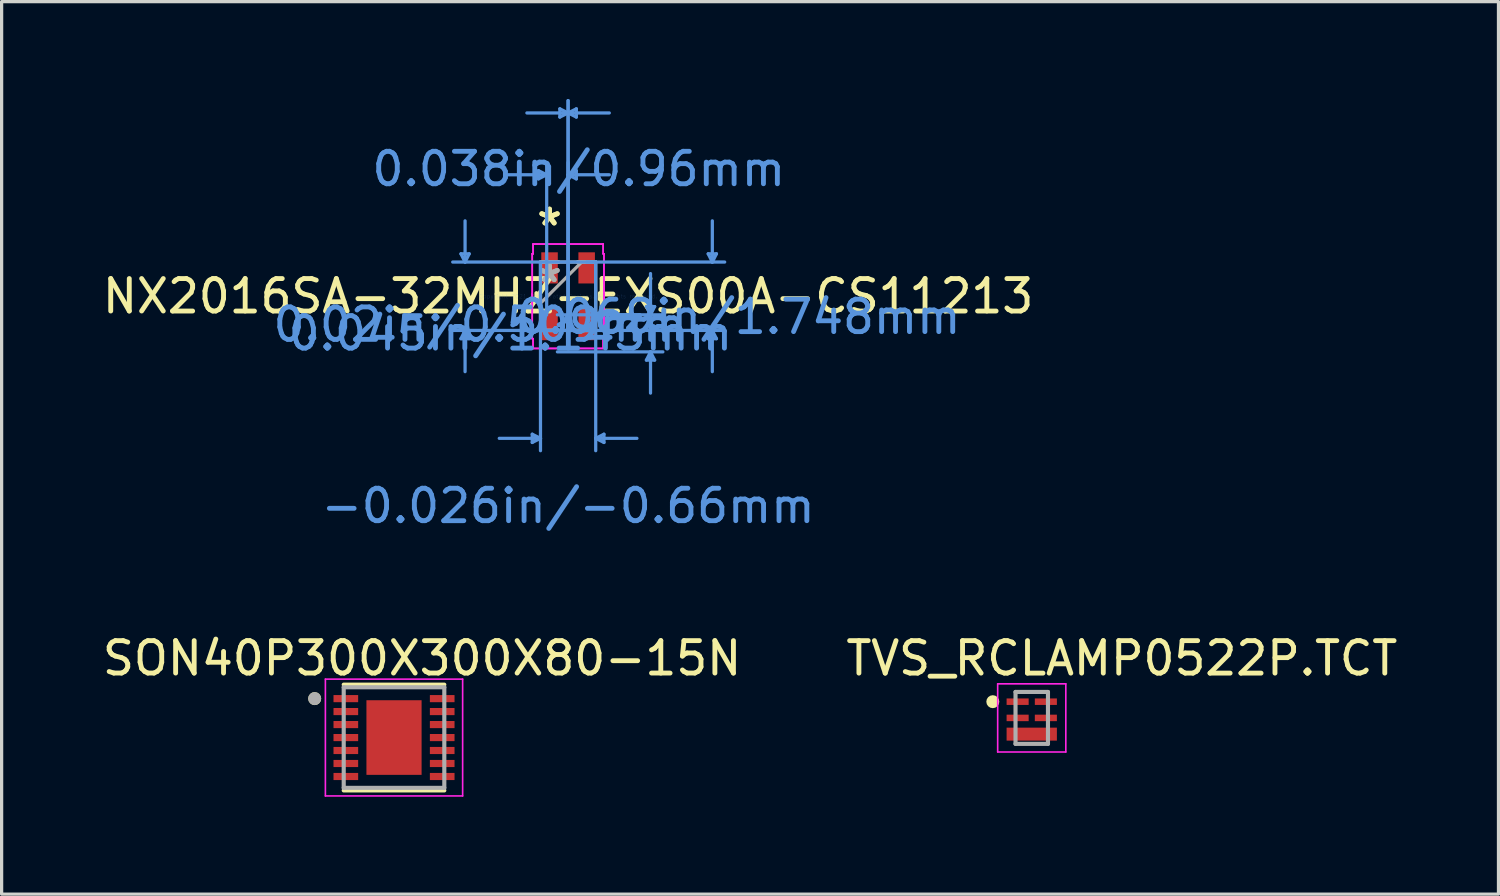
<source format=kicad_pcb>
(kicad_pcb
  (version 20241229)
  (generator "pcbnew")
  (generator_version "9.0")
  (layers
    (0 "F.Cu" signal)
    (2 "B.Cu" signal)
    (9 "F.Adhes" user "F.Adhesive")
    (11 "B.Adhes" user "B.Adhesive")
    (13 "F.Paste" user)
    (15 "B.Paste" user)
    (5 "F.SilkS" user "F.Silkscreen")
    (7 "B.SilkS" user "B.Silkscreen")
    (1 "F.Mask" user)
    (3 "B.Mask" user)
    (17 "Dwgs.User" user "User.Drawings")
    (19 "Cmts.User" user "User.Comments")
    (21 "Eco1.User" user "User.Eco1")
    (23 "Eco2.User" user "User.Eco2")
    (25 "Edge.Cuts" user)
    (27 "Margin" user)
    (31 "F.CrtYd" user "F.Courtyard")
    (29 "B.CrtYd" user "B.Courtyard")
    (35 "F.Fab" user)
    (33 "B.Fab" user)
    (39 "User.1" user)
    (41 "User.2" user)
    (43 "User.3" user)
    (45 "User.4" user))
  (footprint "NX2016SA-32MHZ-EXS00A-CS11213"
    (layer "F.Cu")
    (at 14.458 6.08)
    (property "Reference" "NX2016SA-32MHZ-EXS00A-CS11213" (at 0 0 0) (layer "F.SilkS") (effects (font (size 1 1) (thickness 0.15))))
    (attr through_hole)
    (fp_line (start -0.978 -0.098) (end -0.978 0.098) (stroke (width 0.12) (type solid)) (layer "F.SilkS"))
    (fp_line (start 0.978 0.098) (end 0.978 -0.098) (stroke (width 0.12) (type solid)) (layer "F.SilkS"))
    (fp_line (start -3.302 -1.308) (end -3.048 -1.308) (stroke (width 0.1) (type solid)) (layer "Cmts.User"))
    (fp_line (start -3.302 1.308) (end -3.048 1.308) (stroke (width 0.1) (type solid)) (layer "Cmts.User"))
    (fp_line (start -3.175 -1.054) (end -3.302 -1.308) (stroke (width 0.1) (type solid)) (layer "Cmts.User"))
    (fp_line (start -3.175 -1.054) (end -3.175 -2.324) (stroke (width 0.1) (type solid)) (layer "Cmts.User"))
    (fp_line (start -3.175 -1.054) (end -3.048 -1.308) (stroke (width 0.1) (type solid)) (layer "Cmts.User"))
    (fp_line (start -3.175 1.054) (end -3.302 1.308) (stroke (width 0.1) (type solid)) (layer "Cmts.User"))
    (fp_line (start -3.175 1.054) (end -3.175 2.324) (stroke (width 0.1) (type solid)) (layer "Cmts.User"))
    (fp_line (start -3.175 1.054) (end -3.048 1.308) (stroke (width 0.1) (type solid)) (layer "Cmts.User"))
    (fp_line (start -1.105 4.252) (end -1.105 4.506) (stroke (width 0.1) (type solid)) (layer "Cmts.User"))
    (fp_line (start -0.914 -3.871) (end -0.914 -3.617) (stroke (width 0.1) (type solid)) (layer "Cmts.User"))
    (fp_line (start -0.851 -1.054) (end -0.851 4.76) (stroke (width 0.1) (type solid)) (layer "Cmts.User"))
    (fp_line (start -0.851 4.379) (end -2.121 4.379) (stroke (width 0.1) (type solid)) (layer "Cmts.User"))
    (fp_line (start -0.851 4.379) (end -1.105 4.252) (stroke (width 0.1) (type solid)) (layer "Cmts.User"))
    (fp_line (start -0.851 4.379) (end -1.105 4.506) (stroke (width 0.1) (type solid)) (layer "Cmts.User"))
    (fp_line (start -0.66 -3.744) (end -1.93 -3.744) (stroke (width 0.1) (type solid)) (layer "Cmts.User"))
    (fp_line (start -0.66 -3.744) (end -0.914 -3.871) (stroke (width 0.1) (type solid)) (layer "Cmts.User"))
    (fp_line (start -0.66 -3.744) (end -0.914 -3.617) (stroke (width 0.1) (type solid)) (layer "Cmts.User"))
    (fp_line (start -0.66 0.572) (end -0.66 -4.125) (stroke (width 0.1) (type solid)) (layer "Cmts.User"))
    (fp_line (start -0.33 0.572) (end 2.921 0.572) (stroke (width 0.1) (type solid)) (layer "Cmts.User"))
    (fp_line (start -0.33 1.714) (end 2.921 1.714) (stroke (width 0.1) (type solid)) (layer "Cmts.User"))
    (fp_line (start -0.254 -5.776) (end -0.254 -5.522) (stroke (width 0.1) (type solid)) (layer "Cmts.User"))
    (fp_line (start 0 -5.649) (end -1.27 -5.649) (stroke (width 0.1) (type solid)) (layer "Cmts.User"))
    (fp_line (start 0 -5.649) (end -0.254 -5.776) (stroke (width 0.1) (type solid)) (layer "Cmts.User"))
    (fp_line (start 0 -5.649) (end -0.254 -5.522) (stroke (width 0.1) (type solid)) (layer "Cmts.User"))
    (fp_line (start 0 -5.649) (end 0.254 -5.776) (stroke (width 0.1) (type solid)) (layer "Cmts.User"))
    (fp_line (start 0 -5.649) (end 0.254 -5.522) (stroke (width 0.1) (type solid)) (layer "Cmts.User"))
    (fp_line (start 0 -5.649) (end 1.27 -5.649) (stroke (width 0.1) (type solid)) (layer "Cmts.User"))
    (fp_line (start 0 -3.744) (end 0.254 -3.871) (stroke (width 0.1) (type solid)) (layer "Cmts.User"))
    (fp_line (start 0 -3.744) (end 0.254 -3.617) (stroke (width 0.1) (type solid)) (layer "Cmts.User"))
    (fp_line (start 0 -3.744) (end 1.27 -3.744) (stroke (width 0.1) (type solid)) (layer "Cmts.User"))
    (fp_line (start 0 0.572) (end 0 -6.03) (stroke (width 0.1) (type solid)) (layer "Cmts.User"))
    (fp_line (start 0 0.572) (end 0 -6.03) (stroke (width 0.1) (type solid)) (layer "Cmts.User"))
    (fp_line (start 0 0.572) (end 0 -4.125) (stroke (width 0.1) (type solid)) (layer "Cmts.User"))
    (fp_line (start 0.254 -5.776) (end 0.254 -5.522) (stroke (width 0.1) (type solid)) (layer "Cmts.User"))
    (fp_line (start 0.254 -3.871) (end 0.254 -3.617) (stroke (width 0.1) (type solid)) (layer "Cmts.User"))
    (fp_line (start 0.572 -1.054) (end 4.826 -1.054) (stroke (width 0.1) (type solid)) (layer "Cmts.User"))
    (fp_line (start 0.572 1.054) (end 4.826 1.054) (stroke (width 0.1) (type solid)) (layer "Cmts.User"))
    (fp_line (start 0.851 -1.054) (end -3.556 -1.054) (stroke (width 0.1) (type solid)) (layer "Cmts.User"))
    (fp_line (start 0.851 -1.054) (end 0.851 4.76) (stroke (width 0.1) (type solid)) (layer "Cmts.User"))
    (fp_line (start 0.851 1.054) (end -3.556 1.054) (stroke (width 0.1) (type solid)) (layer "Cmts.User"))
    (fp_line (start 0.851 4.379) (end 1.105 4.252) (stroke (width 0.1) (type solid)) (layer "Cmts.User"))
    (fp_line (start 0.851 4.379) (end 1.105 4.506) (stroke (width 0.1) (type solid)) (layer "Cmts.User"))
    (fp_line (start 0.851 4.379) (end 2.121 4.379) (stroke (width 0.1) (type solid)) (layer "Cmts.User"))
    (fp_line (start 1.105 4.252) (end 1.105 4.506) (stroke (width 0.1) (type solid)) (layer "Cmts.User"))
    (fp_line (start 2.413 0.318) (end 2.667 0.318) (stroke (width 0.1) (type solid)) (layer "Cmts.User"))
    (fp_line (start 2.413 1.968) (end 2.667 1.968) (stroke (width 0.1) (type solid)) (layer "Cmts.User"))
    (fp_line (start 2.54 0.572) (end 2.413 0.318) (stroke (width 0.1) (type solid)) (layer "Cmts.User"))
    (fp_line (start 2.54 0.572) (end 2.54 -0.699) (stroke (width 0.1) (type solid)) (layer "Cmts.User"))
    (fp_line (start 2.54 0.572) (end 2.667 0.318) (stroke (width 0.1) (type solid)) (layer "Cmts.User"))
    (fp_line (start 2.54 1.714) (end 2.413 1.968) (stroke (width 0.1) (type solid)) (layer "Cmts.User"))
    (fp_line (start 2.54 1.714) (end 2.54 2.985) (stroke (width 0.1) (type solid)) (layer "Cmts.User"))
    (fp_line (start 2.54 1.714) (end 2.667 1.968) (stroke (width 0.1) (type solid)) (layer "Cmts.User"))
    (fp_line (start 4.318 -1.308) (end 4.572 -1.308) (stroke (width 0.1) (type solid)) (layer "Cmts.User"))
    (fp_line (start 4.318 1.308) (end 4.572 1.308) (stroke (width 0.1) (type solid)) (layer "Cmts.User"))
    (fp_line (start 4.445 -1.054) (end 4.318 -1.308) (stroke (width 0.1) (type solid)) (layer "Cmts.User"))
    (fp_line (start 4.445 -1.054) (end 4.445 -2.324) (stroke (width 0.1) (type solid)) (layer "Cmts.User"))
    (fp_line (start 4.445 -1.054) (end 4.572 -1.308) (stroke (width 0.1) (type solid)) (layer "Cmts.User"))
    (fp_line (start 4.445 1.054) (end 4.318 1.308) (stroke (width 0.1) (type solid)) (layer "Cmts.User"))
    (fp_line (start 4.445 1.054) (end 4.445 2.324) (stroke (width 0.1) (type solid)) (layer "Cmts.User"))
    (fp_line (start 4.445 1.054) (end 4.572 1.308) (stroke (width 0.1) (type solid)) (layer "Cmts.User"))
    (fp_line (start -1.105 -1.308) (end -1.08 -1.308) (stroke (width 0.05) (type solid)) (layer "F.CrtYd"))
    (fp_line (start -1.105 -1.308) (end -1.08 -1.308) (stroke (width 0.05) (type solid)) (layer "F.CrtYd"))
    (fp_line (start -1.105 -0.063) (end -1.105 -0.063) (stroke (width 0.05) (type solid)) (layer "F.CrtYd"))
    (fp_line (start -1.105 -0.063) (end -1.105 -0.063) (stroke (width 0.05) (type solid)) (layer "F.CrtYd"))
    (fp_line (start -1.105 -0.063) (end -1.105 0.063) (stroke (width 0.05) (type solid)) (layer "F.CrtYd"))
    (fp_line (start -1.105 -0.063) (end -1.105 0.063) (stroke (width 0.05) (type solid)) (layer "F.CrtYd"))
    (fp_line (start -1.105 0.063) (end -1.105 -1.308) (stroke (width 0.05) (type solid)) (layer "F.CrtYd"))
    (fp_line (start -1.105 0.063) (end -1.105 -1.308) (stroke (width 0.05) (type solid)) (layer "F.CrtYd"))
    (fp_line (start -1.105 0.063) (end -1.105 0.063) (stroke (width 0.05) (type solid)) (layer "F.CrtYd"))
    (fp_line (start -1.105 0.063) (end -1.105 0.063) (stroke (width 0.05) (type solid)) (layer "F.CrtYd"))
    (fp_line (start -1.105 1.308) (end -1.105 -0.063) (stroke (width 0.05) (type solid)) (layer "F.CrtYd"))
    (fp_line (start -1.105 1.308) (end -1.105 -0.063) (stroke (width 0.05) (type solid)) (layer "F.CrtYd"))
    (fp_line (start -1.08 -1.608) (end 1.08 -1.608) (stroke (width 0.05) (type solid)) (layer "F.CrtYd"))
    (fp_line (start -1.08 -1.608) (end 1.08 -1.608) (stroke (width 0.05) (type solid)) (layer "F.CrtYd"))
    (fp_line (start -1.08 -1.308) (end -1.08 -1.608) (stroke (width 0.05) (type solid)) (layer "F.CrtYd"))
    (fp_line (start -1.08 -1.308) (end -1.08 -1.608) (stroke (width 0.05) (type solid)) (layer "F.CrtYd"))
    (fp_line (start -1.08 1.308) (end -1.105 1.308) (stroke (width 0.05) (type solid)) (layer "F.CrtYd"))
    (fp_line (start -1.08 1.308) (end -1.105 1.308) (stroke (width 0.05) (type solid)) (layer "F.CrtYd"))
    (fp_line (start -1.08 1.608) (end -1.08 1.308) (stroke (width 0.05) (type solid)) (layer "F.CrtYd"))
    (fp_line (start -1.08 1.608) (end -1.08 1.308) (stroke (width 0.05) (type solid)) (layer "F.CrtYd"))
    (fp_line (start 1.08 -1.608) (end 1.08 -1.308) (stroke (width 0.05) (type solid)) (layer "F.CrtYd"))
    (fp_line (start 1.08 -1.608) (end 1.08 -1.308) (stroke (width 0.05) (type solid)) (layer "F.CrtYd"))
    (fp_line (start 1.08 -1.308) (end 1.105 -1.308) (stroke (width 0.05) (type solid)) (layer "F.CrtYd"))
    (fp_line (start 1.08 -1.308) (end 1.105 -1.308) (stroke (width 0.05) (type solid)) (layer "F.CrtYd"))
    (fp_line (start 1.08 1.308) (end 1.08 1.608) (stroke (width 0.05) (type solid)) (layer "F.CrtYd"))
    (fp_line (start 1.08 1.308) (end 1.08 1.608) (stroke (width 0.05) (type solid)) (layer "F.CrtYd"))
    (fp_line (start 1.08 1.608) (end -1.08 1.608) (stroke (width 0.05) (type solid)) (layer "F.CrtYd"))
    (fp_line (start 1.08 1.608) (end -1.08 1.608) (stroke (width 0.05) (type solid)) (layer "F.CrtYd"))
    (fp_line (start 1.105 -1.308) (end 1.105 0.063) (stroke (width 0.05) (type solid)) (layer "F.CrtYd"))
    (fp_line (start 1.105 -1.308) (end 1.105 0.063) (stroke (width 0.05) (type solid)) (layer "F.CrtYd"))
    (fp_line (start 1.105 -0.063) (end 1.105 -0.063) (stroke (width 0.05) (type solid)) (layer "F.CrtYd"))
    (fp_line (start 1.105 -0.063) (end 1.105 -0.063) (stroke (width 0.05) (type solid)) (layer "F.CrtYd"))
    (fp_line (start 1.105 -0.063) (end 1.105 1.308) (stroke (width 0.05) (type solid)) (layer "F.CrtYd"))
    (fp_line (start 1.105 -0.063) (end 1.105 1.308) (stroke (width 0.05) (type solid)) (layer "F.CrtYd"))
    (fp_line (start 1.105 0.063) (end 1.105 -0.063) (stroke (width 0.05) (type solid)) (layer "F.CrtYd"))
    (fp_line (start 1.105 0.063) (end 1.105 -0.063) (stroke (width 0.05) (type solid)) (layer "F.CrtYd"))
    (fp_line (start 1.105 0.063) (end 1.105 0.063) (stroke (width 0.05) (type solid)) (layer "F.CrtYd"))
    (fp_line (start 1.105 0.063) (end 1.105 0.063) (stroke (width 0.05) (type solid)) (layer "F.CrtYd"))
    (fp_line (start 1.105 1.308) (end 1.08 1.308) (stroke (width 0.05) (type solid)) (layer "F.CrtYd"))
    (fp_line (start 1.105 1.308) (end 1.08 1.308) (stroke (width 0.05) (type solid)) (layer "F.CrtYd"))
    (fp_line (start -0.851 -1.054) (end -0.851 -1.054) (stroke (width 0.1) (type solid)) (layer "F.Fab"))
    (fp_line (start -0.851 -1.054) (end -0.851 -1.054) (stroke (width 0.1) (type solid)) (layer "F.Fab"))
    (fp_line (start -0.851 -1.054) (end -0.851 1.054) (stroke (width 0.1) (type solid)) (layer "F.Fab"))
    (fp_line (start -0.851 -1.054) (end -0.292 -1.054) (stroke (width 0.1) (type solid)) (layer "F.Fab"))
    (fp_line (start -0.851 0.216) (end 0.419 -1.054) (stroke (width 0.1) (type solid)) (layer "F.Fab"))
    (fp_line (start -0.851 1.054) (end -0.851 1.054) (stroke (width 0.1) (type solid)) (layer "F.Fab"))
    (fp_line (start -0.851 1.054) (end -0.851 1.054) (stroke (width 0.1) (type solid)) (layer "F.Fab"))
    (fp_line (start -0.851 1.054) (end -0.292 1.054) (stroke (width 0.1) (type solid)) (layer "F.Fab"))
    (fp_line (start -0.851 1.054) (end 0.851 1.054) (stroke (width 0.1) (type solid)) (layer "F.Fab"))
    (fp_line (start -0.292 -1.054) (end -0.851 -1.054) (stroke (width 0.1) (type solid)) (layer "F.Fab"))
    (fp_line (start -0.292 -1.054) (end -0.292 -1.054) (stroke (width 0.1) (type solid)) (layer "F.Fab"))
    (fp_line (start -0.292 1.054) (end -0.851 1.054) (stroke (width 0.1) (type solid)) (layer "F.Fab"))
    (fp_line (start -0.292 1.054) (end -0.292 1.054) (stroke (width 0.1) (type solid)) (layer "F.Fab"))
    (fp_line (start 0.292 -1.054) (end 0.292 -1.054) (stroke (width 0.1) (type solid)) (layer "F.Fab"))
    (fp_line (start 0.292 -1.054) (end 0.851 -1.054) (stroke (width 0.1) (type solid)) (layer "F.Fab"))
    (fp_line (start 0.292 1.054) (end 0.292 1.054) (stroke (width 0.1) (type solid)) (layer "F.Fab"))
    (fp_line (start 0.292 1.054) (end 0.851 1.054) (stroke (width 0.1) (type solid)) (layer "F.Fab"))
    (fp_line (start 0.851 -1.054) (end -0.851 -1.054) (stroke (width 0.1) (type solid)) (layer "F.Fab"))
    (fp_line (start 0.851 -1.054) (end 0.292 -1.054) (stroke (width 0.1) (type solid)) (layer "F.Fab"))
    (fp_line (start 0.851 -1.054) (end 0.851 -1.054) (stroke (width 0.1) (type solid)) (layer "F.Fab"))
    (fp_line (start 0.851 -1.054) (end 0.851 -1.054) (stroke (width 0.1) (type solid)) (layer "F.Fab"))
    (fp_line (start 0.851 1.054) (end 0.292 1.054) (stroke (width 0.1) (type solid)) (layer "F.Fab"))
    (fp_line (start 0.851 1.054) (end 0.851 -1.054) (stroke (width 0.1) (type solid)) (layer "F.Fab"))
    (fp_line (start 0.851 1.054) (end 0.851 1.054) (stroke (width 0.1) (type solid)) (layer "F.Fab"))
    (fp_line (start 0.851 1.054) (end 0.851 1.054) (stroke (width 0.1) (type solid)) (layer "F.Fab"))
    (fp_text user "*" (at -0.572 -2.141 0) (layer "F.SilkS") (effects (font (size 1 1) (thickness 0.15))))
    (fp_text user "*" (at -0.572 -2.141 0) (layer "F.SilkS") (effects (font (size 1 1) (thickness 0.15))))
    (fp_text user "0.069in/1.748mm" (at 5.258 0.635 0) (layer "Cmts.User") (effects (font (size 1 1) (thickness 0.15))))
    (fp_text user "Copyright 2021 Accelerated Designs. All rights reserved." (at 0 0 0) (layer "Cmts.User") (effects (font (size 0.127 0.127) (thickness 0.002))))
    (fp_text user "-0.026in/-0.66mm" (at 0 6.462 0) (layer "Cmts.User") (effects (font (size 1 1) (thickness 0.15))))
    (fp_text user "0.038in/0.96mm" (at 0.33 -3.922 0) (layer "Cmts.User") (effects (font (size 1 1) (thickness 0.15))))
    (fp_text user "0.02in/0.509mm" (at -2.718 0.874 0) (layer "Cmts.User") (effects (font (size 1 1) (thickness 0.15))))
    (fp_text user "0.045in/1.143mm" (at -1.778 1.143 0) (layer "Cmts.User") (effects (font (size 1 1) (thickness 0.15))))
    (fp_text user "*" (at -0.572 -0.394 0) (layer "F.Fab") (effects (font (size 1 1) (thickness 0.15))))
    (fp_text user "*" (at -0.572 -0.394 0) (layer "F.Fab") (effects (font (size 1 1) (thickness 0.15))))
    (pad "1" smd rect (at -0.572 -0.874) (size 0.509 0.96) (layers "F.Cu" "F.Mask" "F.Paste"))
    (pad "2" smd rect (at -0.572 0.874) (size 0.509 0.96) (layers "F.Cu" "F.Mask" "F.Paste"))
    (pad "3" smd rect (at 0.572 0.874) (size 0.509 0.96) (layers "F.Cu" "F.Mask" "F.Paste"))
    (pad "4" smd rect (at 0.572 -0.874) (size 0.509 0.96) (layers "F.Cu" "F.Mask" "F.Paste")))
  (footprint "TVS_RCLAMP0522P.TCT"
    (layer "F.Cu")
    (at 28.747 19.075)
    (property "Reference" "TVS_RCLAMP0522P.TCT" (at 2.777 -1.836 0) (layer "F.SilkS") (effects (font (size 1.001 1.001) (thickness 0.15))))
    (attr through_hole)
    (fp_poly (pts (xy -0.826 0.25) (xy 0.825 0.25) (xy 0.825 0.751) (xy -0.826 0.751)) (stroke (width 0.01) (type solid)) (fill yes) (layer "F.Mask"))
    (fp_poly (pts (xy -0.826 -0.65) (xy -0.045 -0.65) (xy -0.045 -0.35) (xy -0.826 -0.35)) (stroke (width 0.01) (type solid)) (fill yes) (layer "F.Mask"))
    (fp_poly (pts (xy -0.825 -0.15) (xy -0.045 -0.15) (xy -0.045 0.15) (xy -0.825 0.15)) (stroke (width 0.01) (type solid)) (fill yes) (layer "F.Mask"))
    (fp_poly (pts (xy 0.045 -0.65) (xy 0.825 -0.65) (xy 0.825 -0.35) (xy 0.045 -0.35)) (stroke (width 0.01) (type solid)) (fill yes) (layer "F.Mask"))
    (fp_poly (pts (xy 0.045 -0.15) (xy 0.825 -0.15) (xy 0.825 0.15) (xy 0.045 0.15)) (stroke (width 0.01) (type solid)) (fill yes) (layer "F.Mask"))
    (fp_circle (center -1.2 -0.5) (end -1.1 -0.5) (stroke (width 0.2) (type solid)) (fill no) (layer "F.SilkS"))
    (fp_line (start -1.05 -1.05) (end 1.05 -1.05) (stroke (width 0.05) (type solid)) (layer "F.CrtYd"))
    (fp_line (start -1.05 1.05) (end -1.05 -1.05) (stroke (width 0.05) (type solid)) (layer "F.CrtYd"))
    (fp_line (start 1.05 -1.05) (end 1.05 1.05) (stroke (width 0.05) (type solid)) (layer "F.CrtYd"))
    (fp_line (start 1.05 1.05) (end -1.05 1.05) (stroke (width 0.05) (type solid)) (layer "F.CrtYd"))
    (fp_line (start -0.5 -0.8) (end 0.5 -0.8) (stroke (width 0.127) (type solid)) (layer "F.Fab"))
    (fp_line (start -0.5 0.8) (end -0.5 -0.8) (stroke (width 0.127) (type solid)) (layer "F.Fab"))
    (fp_line (start 0.5 -0.8) (end 0.5 0.8) (stroke (width 0.127) (type solid)) (layer "F.Fab"))
    (fp_line (start 0.5 0.8) (end -0.5 0.8) (stroke (width 0.127) (type solid)) (layer "F.Fab"))
    (pad "1" smd rect (at -0.435 -0.5 270) (size 0.2 0.68) (layers "F.Cu" "F.Paste"))
    (pad "2" smd rect (at -0.435 0 270) (size 0.2 0.68) (layers "F.Cu" "F.Paste"))
    (pad "3" smd rect (at 0 0.5 270) (size 0.4 1.55) (layers "F.Cu" "F.Paste"))
    (pad "5" smd rect (at 0.435 0 270) (size 0.2 0.68) (layers "F.Cu" "F.Paste"))
    (pad "6" smd rect (at 0.435 -0.5 270) (size 0.2 0.68) (layers "F.Cu" "F.Paste")))
  (footprint "SON40P300X300X80-15N"
    (layer "F.Cu")
    (at 9.093 19.68)
    (property "Reference" "SON40P300X300X80-15N" (at 0.865 -2.442 0) (layer "F.SilkS") (effects (font (size 1 1) (thickness 0.15))))
    (attr through_hole)
    (fp_line (start -1.55 -1.63) (end 1.55 -1.63) (stroke (width 0.127) (type solid)) (layer "F.SilkS"))
    (fp_line (start -1.55 1.63) (end 1.55 1.63) (stroke (width 0.127) (type solid)) (layer "F.SilkS"))
    (fp_circle (center -2.445 -1.2) (end -2.345 -1.2) (stroke (width 0.2) (type solid)) (fill no) (layer "F.SilkS"))
    (fp_poly (pts (xy -0.54 -0.73) (xy 0.54 -0.73) (xy 0.54 0.73) (xy -0.54 0.73)) (stroke (width 0.01) (type solid)) (fill yes) (layer "F.Paste"))
    (fp_line (start -2.115 -1.8) (end -2.115 1.8) (stroke (width 0.05) (type solid)) (layer "F.CrtYd"))
    (fp_line (start -2.115 -1.8) (end 2.115 -1.8) (stroke (width 0.05) (type solid)) (layer "F.CrtYd"))
    (fp_line (start -2.115 1.8) (end 2.115 1.8) (stroke (width 0.05) (type solid)) (layer "F.CrtYd"))
    (fp_line (start 2.115 -1.8) (end 2.115 1.8) (stroke (width 0.05) (type solid)) (layer "F.CrtYd"))
    (fp_line (start -1.55 -1.55) (end -1.55 1.55) (stroke (width 0.127) (type solid)) (layer "F.Fab"))
    (fp_line (start -1.55 -1.55) (end 1.55 -1.55) (stroke (width 0.127) (type solid)) (layer "F.Fab"))
    (fp_line (start -1.55 1.55) (end 1.55 1.55) (stroke (width 0.127) (type solid)) (layer "F.Fab"))
    (fp_line (start 1.55 -1.55) (end 1.55 1.55) (stroke (width 0.127) (type solid)) (layer "F.Fab"))
    (fp_circle (center -2.445 -1.2) (end -2.345 -1.2) (stroke (width 0.2) (type solid)) (fill no) (layer "F.Fab"))
    (pad "1" smd roundrect (at -1.485 -1.2) (size 0.76 0.22) (layers "F.Cu" "F.Mask" "F.Paste") (roundrect_rratio 0.03))
    (pad "2" smd roundrect (at -1.485 -0.8) (size 0.76 0.22) (layers "F.Cu" "F.Mask" "F.Paste") (roundrect_rratio 0.03))
    (pad "3" smd roundrect (at -1.485 -0.4) (size 0.76 0.22) (layers "F.Cu" "F.Mask" "F.Paste") (roundrect_rratio 0.03))
    (pad "4" smd roundrect (at -1.485 0) (size 0.76 0.22) (layers "F.Cu" "F.Mask" "F.Paste") (roundrect_rratio 0.03))
    (pad "5" smd roundrect (at -1.485 0.4) (size 0.76 0.22) (layers "F.Cu" "F.Mask" "F.Paste") (roundrect_rratio 0.03))
    (pad "6" smd roundrect (at -1.485 0.8) (size 0.76 0.22) (layers "F.Cu" "F.Mask" "F.Paste") (roundrect_rratio 0.03))
    (pad "7" smd roundrect (at -1.485 1.2) (size 0.76 0.22) (layers "F.Cu" "F.Mask" "F.Paste") (roundrect_rratio 0.03))
    (pad "8" smd roundrect (at 1.485 1.2) (size 0.76 0.22) (layers "F.Cu" "F.Mask" "F.Paste") (roundrect_rratio 0.03))
    (pad "9" smd roundrect (at 1.485 0.8) (size 0.76 0.22) (layers "F.Cu" "F.Mask" "F.Paste") (roundrect_rratio 0.03))
    (pad "10" smd roundrect (at 1.485 0.4) (size 0.76 0.22) (layers "F.Cu" "F.Mask" "F.Paste") (roundrect_rratio 0.03))
    (pad "11" smd roundrect (at 1.485 0) (size 0.76 0.22) (layers "F.Cu" "F.Mask" "F.Paste") (roundrect_rratio 0.03))
    (pad "12" smd roundrect (at 1.485 -0.4) (size 0.76 0.22) (layers "F.Cu" "F.Mask" "F.Paste") (roundrect_rratio 0.03))
    (pad "13" smd roundrect (at 1.485 -0.8) (size 0.76 0.22) (layers "F.Cu" "F.Mask" "F.Paste") (roundrect_rratio 0.03))
    (pad "14" smd roundrect (at 1.485 -1.2) (size 0.76 0.22) (layers "F.Cu" "F.Mask" "F.Paste") (roundrect_rratio 0.03))
    (pad "15" smd rect (at 0 0) (size 1.7 2.3) (layers "F.Cu" "F.Mask")))
  (gr_rect
    (start -3 -3)
    (end 43.131 24.506)
    (stroke (width 0.1) (type default))
    (fill no)
    (layer "Edge.Cuts")))
</source>
